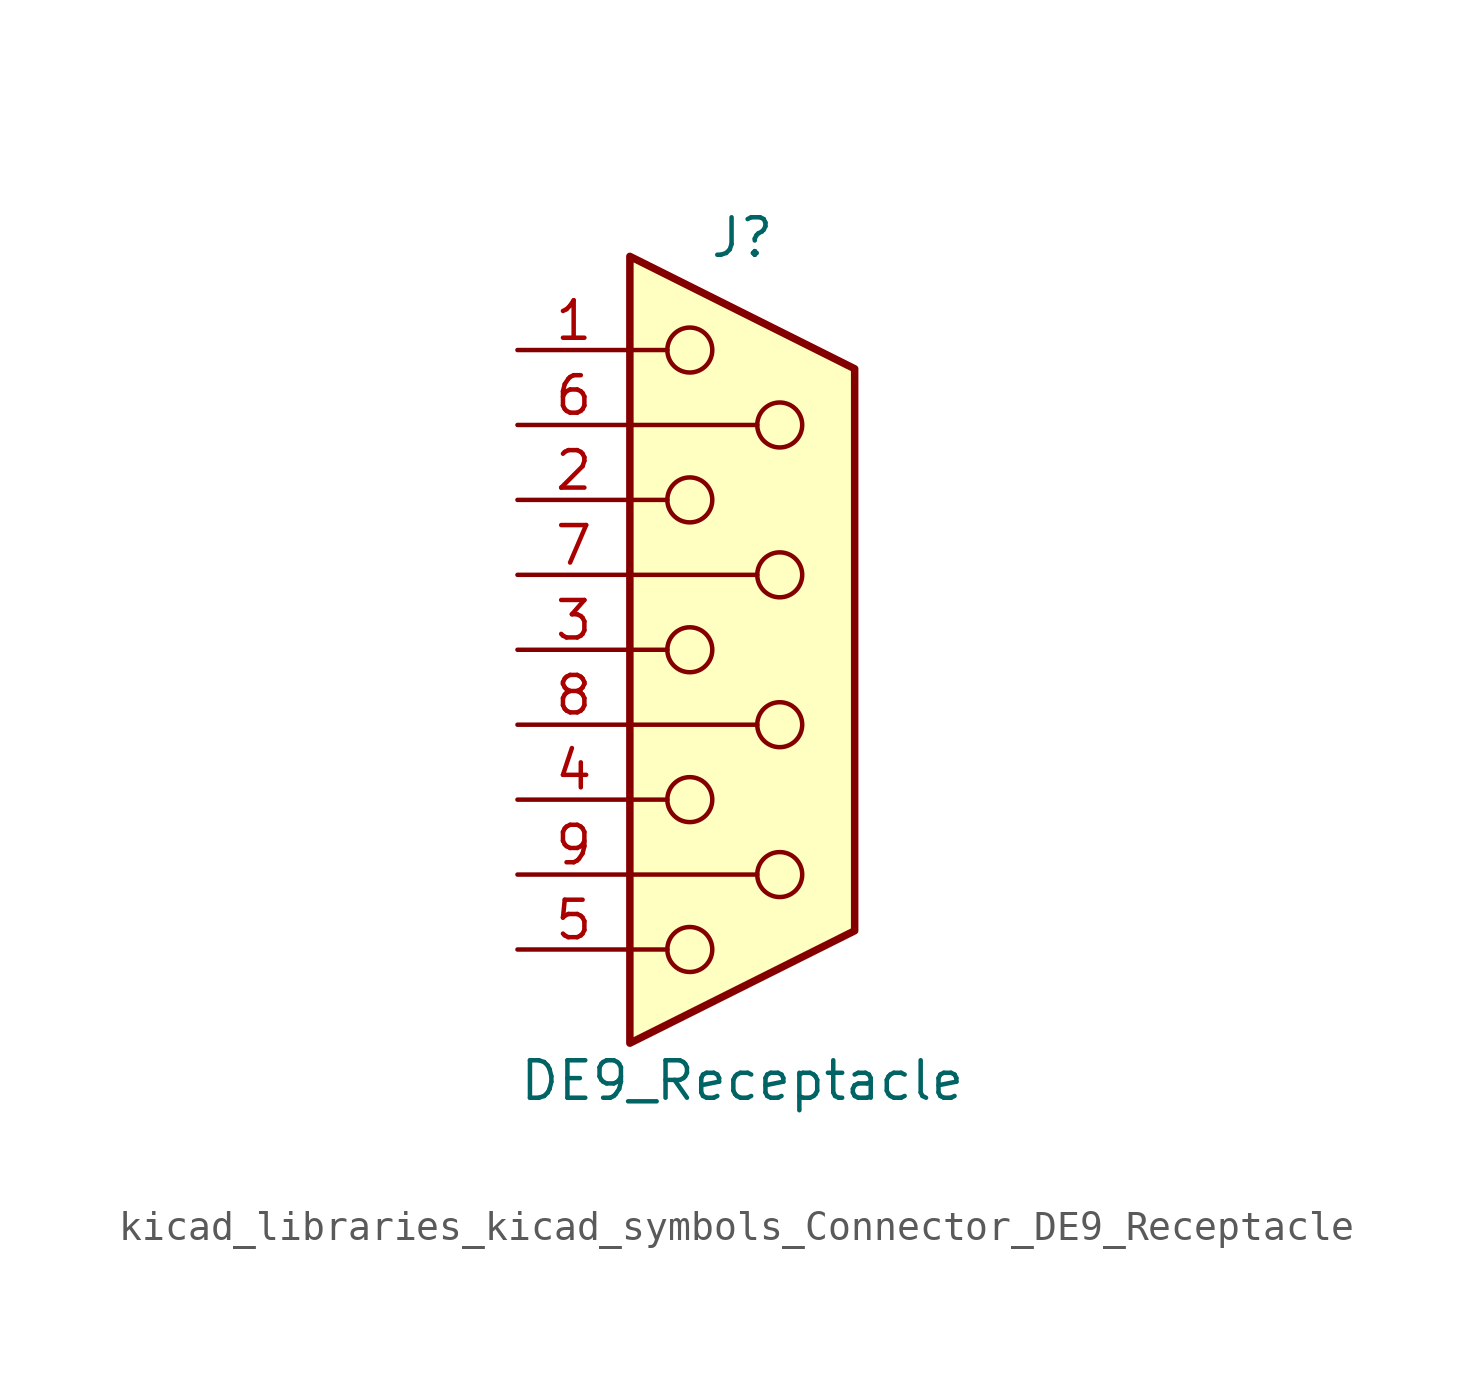
<source format=kicad_sym>
(kicad_symbol_lib
  (version 20220914)
  (generator kicad_symbol_editor)
  (symbol "kicad_libraries_kicad_symbols_Connector_DE9_Receptacle"
    (pin_names
      (offset 1.016) hide)
    (property "Reference" "J"
      (at 0 13.97 0)
      (effects (font (size 1.27 1.27))))
    (property "Value" "DE9_Receptacle"
      (at 0 -14.605 0)
      (effects (font (size 1.27 1.27))))
    (symbol "kicad_libraries_kicad_symbols_Connector_DE9_Receptacle_0_1"
      (circle (center -1.778 -10.16) (radius 0.762) (stroke (width 0) (type default)) (fill (type none)))
      (circle (center -1.778 -5.08) (radius 0.762) (stroke (width 0) (type default)) (fill (type none)))
      (circle (center -1.778 0) (radius 0.762) (stroke (width 0) (type default)) (fill (type none)))
      (circle (center -1.778 5.08) (radius 0.762) (stroke (width 0) (type default)) (fill (type none)))
      (circle (center -1.778 10.16) (radius 0.762) (stroke (width 0) (type default)) (fill (type none)))
      (polyline (pts (xy -3.81 -10.16) (xy -2.54 -10.16)) (stroke (width 0) (type default)) (fill (type none)))
      (polyline (pts (xy -3.81 -7.62) (xy 0.508 -7.62)) (stroke (width 0) (type default)) (fill (type none)))
      (polyline (pts (xy -3.81 -5.08) (xy -2.54 -5.08)) (stroke (width 0) (type default)) (fill (type none)))
      (polyline (pts (xy -3.81 -2.54) (xy 0.508 -2.54)) (stroke (width 0) (type default)) (fill (type none)))
      (polyline (pts (xy -3.81 0) (xy -2.54 0)) (stroke (width 0) (type default)) (fill (type none)))
      (polyline (pts (xy -3.81 2.54) (xy 0.508 2.54)) (stroke (width 0) (type default)) (fill (type none)))
      (polyline (pts (xy -3.81 5.08) (xy -2.54 5.08)) (stroke (width 0) (type default)) (fill (type none)))
      (polyline (pts (xy -3.81 7.62) (xy 0.508 7.62)) (stroke (width 0) (type default)) (fill (type none)))
      (polyline (pts (xy -3.81 10.16) (xy -2.54 10.16)) (stroke (width 0) (type default)) (fill (type none)))
      (polyline (pts (xy -3.81 13.335) (xy -3.81 -13.335) (xy 3.81 -9.525) (xy 3.81 9.525) (xy -3.81 13.335)) (stroke (width 0.254) (type default)) (fill (type background)))
      (circle (center 1.27 -7.62) (radius 0.762) (stroke (width 0) (type default)) (fill (type none)))
      (circle (center 1.27 -2.54) (radius 0.762) (stroke (width 0) (type default)) (fill (type none)))
      (circle (center 1.27 2.54) (radius 0.762) (stroke (width 0) (type default)) (fill (type none)))
      (circle (center 1.27 7.62) (radius 0.762) (stroke (width 0) (type default)) (fill (type none))))
    (symbol "kicad_libraries_kicad_symbols_Connector_DE9_Receptacle_1_1"
      (pin passive line (at -7.62 10.16 0) (length 3.81) (name "1" (effects (font (size 1.27 1.27)))) (number "1" (effects (font (size 1.27 1.27)))))
      (pin passive line (at -7.62 5.08 0) (length 3.81) (name "2" (effects (font (size 1.27 1.27)))) (number "2" (effects (font (size 1.27 1.27)))))
      (pin passive line (at -7.62 0 0) (length 3.81) (name "3" (effects (font (size 1.27 1.27)))) (number "3" (effects (font (size 1.27 1.27)))))
      (pin passive line (at -7.62 -5.08 0) (length 3.81) (name "4" (effects (font (size 1.27 1.27)))) (number "4" (effects (font (size 1.27 1.27)))))
      (pin passive line (at -7.62 -10.16 0) (length 3.81) (name "5" (effects (font (size 1.27 1.27)))) (number "5" (effects (font (size 1.27 1.27)))))
      (pin passive line (at -7.62 7.62 0) (length 3.81) (name "6" (effects (font (size 1.27 1.27)))) (number "6" (effects (font (size 1.27 1.27)))))
      (pin passive line (at -7.62 2.54 0) (length 3.81) (name "7" (effects (font (size 1.27 1.27)))) (number "7" (effects (font (size 1.27 1.27)))))
      (pin passive line (at -7.62 -2.54 0) (length 3.81) (name "8" (effects (font (size 1.27 1.27)))) (number "8" (effects (font (size 1.27 1.27)))))
      (pin passive line (at -7.62 -7.62 0) (length 3.81) (name "9" (effects (font (size 1.27 1.27)))) (number "9" (effects (font (size 1.27 1.27))))))))
</source>
